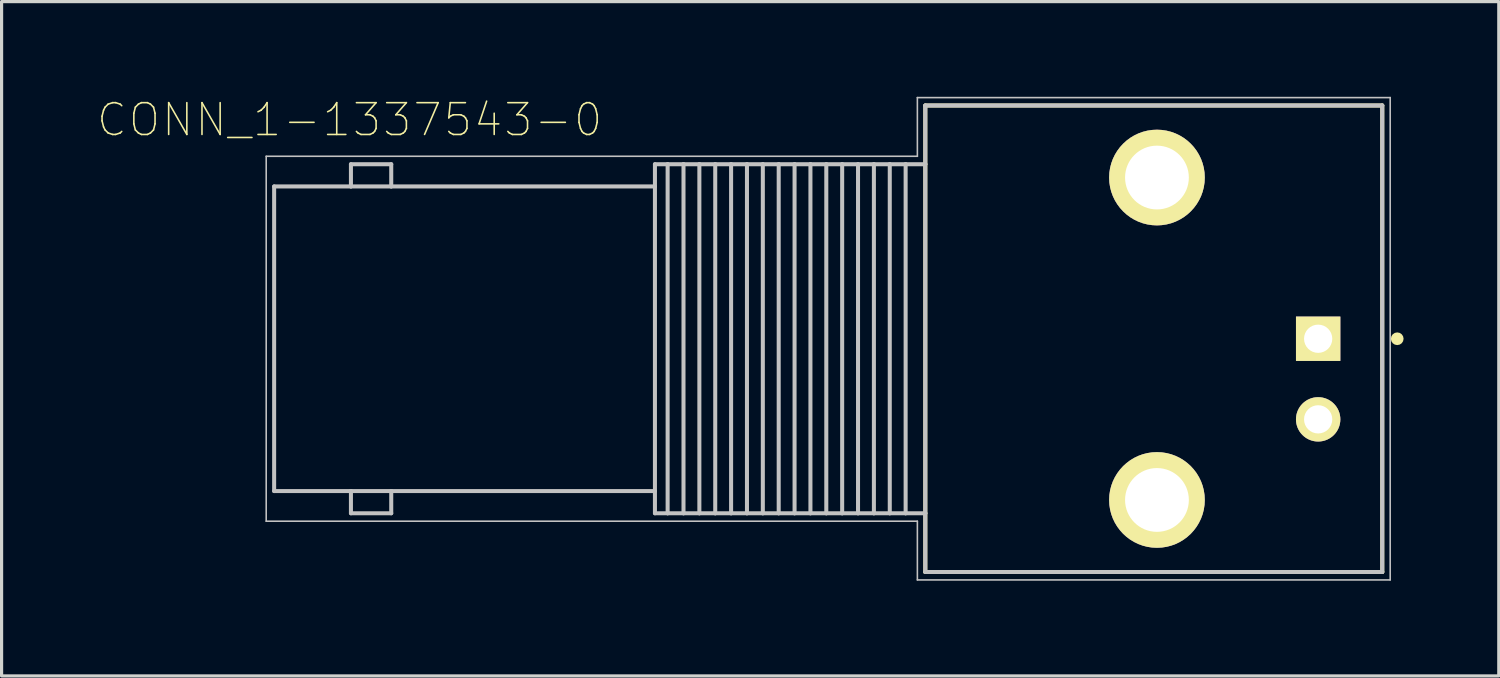
<source format=kicad_pcb>
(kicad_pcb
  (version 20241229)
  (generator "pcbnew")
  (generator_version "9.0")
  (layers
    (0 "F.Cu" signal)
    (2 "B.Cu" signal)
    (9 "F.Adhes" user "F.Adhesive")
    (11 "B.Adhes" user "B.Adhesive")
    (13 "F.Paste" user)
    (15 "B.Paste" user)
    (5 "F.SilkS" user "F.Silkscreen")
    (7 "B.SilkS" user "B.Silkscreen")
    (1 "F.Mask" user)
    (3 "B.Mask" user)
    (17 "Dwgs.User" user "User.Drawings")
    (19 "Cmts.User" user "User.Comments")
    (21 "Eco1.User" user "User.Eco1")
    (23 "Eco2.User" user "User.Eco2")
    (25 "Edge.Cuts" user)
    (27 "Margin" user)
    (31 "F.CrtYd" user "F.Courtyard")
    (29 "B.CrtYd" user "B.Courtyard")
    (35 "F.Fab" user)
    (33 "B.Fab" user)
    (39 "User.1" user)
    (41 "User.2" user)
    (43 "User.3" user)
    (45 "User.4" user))
  (footprint "CONN_1-1337543-0"
    (layer "F.Cu")
    (at 38.489 7.625)
    (property "Reference" "CONN_1-1337543-0" (at -30.522 -6.899 0) (layer "F.SilkS") (effects (font (size 1.002 1.002) (thickness 0.05))))
    (attr through_hole)
    (fp_line (start -12.38 -7.35) (end 2.02 -7.35) (stroke (width 0.127) (type solid)) (layer "F.SilkS"))
    (fp_line (start -12.38 -5.5) (end -12.38 -7.35) (stroke (width 0.127) (type solid)) (layer "F.SilkS"))
    (fp_line (start -12.38 5.5) (end -12.38 -5.5) (stroke (width 0.127) (type solid)) (layer "F.SilkS"))
    (fp_line (start -12.38 7.35) (end -12.38 5.5) (stroke (width 0.127) (type solid)) (layer "F.SilkS"))
    (fp_line (start 2.02 -7.35) (end 2.02 7.35) (stroke (width 0.127) (type solid)) (layer "F.SilkS"))
    (fp_line (start 2.02 7.35) (end -12.38 7.35) (stroke (width 0.127) (type solid)) (layer "F.SilkS"))
    (fp_circle (center 2.492 0) (end 2.592 0) (stroke (width 0.2) (type solid)) (fill no) (layer "F.SilkS"))
    (fp_line (start -33.15 -5.75) (end -12.63 -5.75) (stroke (width 0.05) (type solid)) (layer "Dwgs.User"))
    (fp_line (start -33.15 5.75) (end -33.15 -5.75) (stroke (width 0.05) (type solid)) (layer "Dwgs.User"))
    (fp_line (start -32.9 -4.8) (end -32.9 4.8) (stroke (width 0.127) (type solid)) (layer "Dwgs.User"))
    (fp_line (start -32.9 4.8) (end -30.48 4.8) (stroke (width 0.127) (type solid)) (layer "Dwgs.User"))
    (fp_line (start -30.48 -5.5) (end -30.48 -4.8) (stroke (width 0.127) (type solid)) (layer "Dwgs.User"))
    (fp_line (start -30.48 -5.5) (end -29.21 -5.5) (stroke (width 0.127) (type solid)) (layer "Dwgs.User"))
    (fp_line (start -30.48 -4.8) (end -32.9 -4.8) (stroke (width 0.127) (type solid)) (layer "Dwgs.User"))
    (fp_line (start -30.48 4.8) (end -30.48 5.5) (stroke (width 0.127) (type solid)) (layer "Dwgs.User"))
    (fp_line (start -30.48 4.8) (end -29.21 4.8) (stroke (width 0.127) (type solid)) (layer "Dwgs.User"))
    (fp_line (start -30.48 5.5) (end -29.21 5.5) (stroke (width 0.127) (type solid)) (layer "Dwgs.User"))
    (fp_line (start -29.21 -5.5) (end -29.21 -4.8) (stroke (width 0.127) (type solid)) (layer "Dwgs.User"))
    (fp_line (start -29.21 -4.8) (end -30.48 -4.8) (stroke (width 0.127) (type solid)) (layer "Dwgs.User"))
    (fp_line (start -29.21 4.8) (end -20.9 4.8) (stroke (width 0.127) (type solid)) (layer "Dwgs.User"))
    (fp_line (start -29.21 5.5) (end -29.21 4.8) (stroke (width 0.127) (type solid)) (layer "Dwgs.User"))
    (fp_line (start -20.9 -5.5) (end -20.9 5.5) (stroke (width 0.127) (type solid)) (layer "Dwgs.User"))
    (fp_line (start -20.9 -4.8) (end -29.21 -4.8) (stroke (width 0.127) (type solid)) (layer "Dwgs.User"))
    (fp_line (start -20.9 5.5) (end -20.5 5.5) (stroke (width 0.127) (type solid)) (layer "Dwgs.User"))
    (fp_line (start -20.5 -5.5) (end -20.9 -5.5) (stroke (width 0.127) (type solid)) (layer "Dwgs.User"))
    (fp_line (start -20.5 -5.5) (end -20.5 5.5) (stroke (width 0.127) (type solid)) (layer "Dwgs.User"))
    (fp_line (start -20.5 5.5) (end -20 5.5) (stroke (width 0.127) (type solid)) (layer "Dwgs.User"))
    (fp_line (start -20 -5.5) (end -20.5 -5.5) (stroke (width 0.127) (type solid)) (layer "Dwgs.User"))
    (fp_line (start -20 -5.5) (end -20 5.5) (stroke (width 0.127) (type solid)) (layer "Dwgs.User"))
    (fp_line (start -20 5.5) (end -19.5 5.5) (stroke (width 0.127) (type solid)) (layer "Dwgs.User"))
    (fp_line (start -19.5 -5.5) (end -20 -5.5) (stroke (width 0.127) (type solid)) (layer "Dwgs.User"))
    (fp_line (start -19.5 -5.5) (end -19.5 5.5) (stroke (width 0.127) (type solid)) (layer "Dwgs.User"))
    (fp_line (start -19.5 5.5) (end -19 5.5) (stroke (width 0.127) (type solid)) (layer "Dwgs.User"))
    (fp_line (start -19 -5.5) (end -19.5 -5.5) (stroke (width 0.127) (type solid)) (layer "Dwgs.User"))
    (fp_line (start -19 -5.5) (end -19 5.5) (stroke (width 0.127) (type solid)) (layer "Dwgs.User"))
    (fp_line (start -19 5.5) (end -18.5 5.5) (stroke (width 0.127) (type solid)) (layer "Dwgs.User"))
    (fp_line (start -18.5 -5.5) (end -19 -5.5) (stroke (width 0.127) (type solid)) (layer "Dwgs.User"))
    (fp_line (start -18.5 -5.5) (end -18.5 5.5) (stroke (width 0.127) (type solid)) (layer "Dwgs.User"))
    (fp_line (start -18.5 5.5) (end -18 5.5) (stroke (width 0.127) (type solid)) (layer "Dwgs.User"))
    (fp_line (start -18 -5.5) (end -18.5 -5.5) (stroke (width 0.127) (type solid)) (layer "Dwgs.User"))
    (fp_line (start -18 -5.5) (end -18 5.5) (stroke (width 0.127) (type solid)) (layer "Dwgs.User"))
    (fp_line (start -18 5.5) (end -17.5 5.5) (stroke (width 0.127) (type solid)) (layer "Dwgs.User"))
    (fp_line (start -17.5 -5.5) (end -18 -5.5) (stroke (width 0.127) (type solid)) (layer "Dwgs.User"))
    (fp_line (start -17.5 -5.5) (end -17.5 5.5) (stroke (width 0.127) (type solid)) (layer "Dwgs.User"))
    (fp_line (start -17.5 5.5) (end -17 5.5) (stroke (width 0.127) (type solid)) (layer "Dwgs.User"))
    (fp_line (start -17 -5.5) (end -17.5 -5.5) (stroke (width 0.127) (type solid)) (layer "Dwgs.User"))
    (fp_line (start -17 -5.5) (end -17 5.5) (stroke (width 0.127) (type solid)) (layer "Dwgs.User"))
    (fp_line (start -17 5.5) (end -16.5 5.5) (stroke (width 0.127) (type solid)) (layer "Dwgs.User"))
    (fp_line (start -16.5 -5.5) (end -17 -5.5) (stroke (width 0.127) (type solid)) (layer "Dwgs.User"))
    (fp_line (start -16.5 -5.5) (end -16.5 5.5) (stroke (width 0.127) (type solid)) (layer "Dwgs.User"))
    (fp_line (start -16.5 5.5) (end -16 5.5) (stroke (width 0.127) (type solid)) (layer "Dwgs.User"))
    (fp_line (start -16 -5.5) (end -16.5 -5.5) (stroke (width 0.127) (type solid)) (layer "Dwgs.User"))
    (fp_line (start -16 -5.5) (end -16 5.5) (stroke (width 0.127) (type solid)) (layer "Dwgs.User"))
    (fp_line (start -16 5.5) (end -15.5 5.5) (stroke (width 0.127) (type solid)) (layer "Dwgs.User"))
    (fp_line (start -15.5 -5.5) (end -16 -5.5) (stroke (width 0.127) (type solid)) (layer "Dwgs.User"))
    (fp_line (start -15.5 -5.5) (end -15.5 5.5) (stroke (width 0.127) (type solid)) (layer "Dwgs.User"))
    (fp_line (start -15.5 5.5) (end -15 5.5) (stroke (width 0.127) (type solid)) (layer "Dwgs.User"))
    (fp_line (start -15 -5.5) (end -15.5 -5.5) (stroke (width 0.127) (type solid)) (layer "Dwgs.User"))
    (fp_line (start -15 -5.5) (end -15 5.5) (stroke (width 0.127) (type solid)) (layer "Dwgs.User"))
    (fp_line (start -15 5.5) (end -14.5 5.5) (stroke (width 0.127) (type solid)) (layer "Dwgs.User"))
    (fp_line (start -14.5 -5.5) (end -15 -5.5) (stroke (width 0.127) (type solid)) (layer "Dwgs.User"))
    (fp_line (start -14.5 -5.5) (end -14.5 5.5) (stroke (width 0.127) (type solid)) (layer "Dwgs.User"))
    (fp_line (start -14.5 5.5) (end -14 5.5) (stroke (width 0.127) (type solid)) (layer "Dwgs.User"))
    (fp_line (start -14 -5.5) (end -14.5 -5.5) (stroke (width 0.127) (type solid)) (layer "Dwgs.User"))
    (fp_line (start -14 -5.5) (end -14 5.5) (stroke (width 0.127) (type solid)) (layer "Dwgs.User"))
    (fp_line (start -14 5.5) (end -13.5 5.5) (stroke (width 0.127) (type solid)) (layer "Dwgs.User"))
    (fp_line (start -13.5 -5.5) (end -14 -5.5) (stroke (width 0.127) (type solid)) (layer "Dwgs.User"))
    (fp_line (start -13.5 -5.5) (end -13.5 5.5) (stroke (width 0.127) (type solid)) (layer "Dwgs.User"))
    (fp_line (start -13.5 5.5) (end -13 5.5) (stroke (width 0.127) (type solid)) (layer "Dwgs.User"))
    (fp_line (start -13 -5.5) (end -13.5 -5.5) (stroke (width 0.127) (type solid)) (layer "Dwgs.User"))
    (fp_line (start -13 -5.5) (end -13 5.5) (stroke (width 0.127) (type solid)) (layer "Dwgs.User"))
    (fp_line (start -13 5.5) (end -12.38 5.5) (stroke (width 0.127) (type solid)) (layer "Dwgs.User"))
    (fp_line (start -12.63 -7.6) (end 2.27 -7.6) (stroke (width 0.05) (type solid)) (layer "Dwgs.User"))
    (fp_line (start -12.63 -5.75) (end -12.63 -7.6) (stroke (width 0.05) (type solid)) (layer "Dwgs.User"))
    (fp_line (start -12.63 5.75) (end -33.15 5.75) (stroke (width 0.05) (type solid)) (layer "Dwgs.User"))
    (fp_line (start -12.63 7.6) (end -12.63 5.75) (stroke (width 0.05) (type solid)) (layer "Dwgs.User"))
    (fp_line (start -12.38 -7.35) (end 2.02 -7.35) (stroke (width 0.127) (type solid)) (layer "Dwgs.User"))
    (fp_line (start -12.38 -5.5) (end -13 -5.5) (stroke (width 0.127) (type solid)) (layer "Dwgs.User"))
    (fp_line (start -12.38 -5.5) (end -12.38 -7.35) (stroke (width 0.127) (type solid)) (layer "Dwgs.User"))
    (fp_line (start -12.38 5.5) (end -12.38 -5.5) (stroke (width 0.127) (type solid)) (layer "Dwgs.User"))
    (fp_line (start -12.38 7.35) (end -12.38 5.5) (stroke (width 0.127) (type solid)) (layer "Dwgs.User"))
    (fp_line (start 2.02 -7.35) (end 2.02 7.35) (stroke (width 0.127) (type solid)) (layer "Dwgs.User"))
    (fp_line (start 2.02 7.35) (end -12.38 7.35) (stroke (width 0.127) (type solid)) (layer "Dwgs.User"))
    (fp_line (start 2.27 -7.6) (end 2.27 7.6) (stroke (width 0.05) (type solid)) (layer "Dwgs.User"))
    (fp_line (start 2.27 7.6) (end -12.63 7.6) (stroke (width 0.05) (type solid)) (layer "Dwgs.User"))
    (pad "1" thru_hole rect (at 0 0 90) (size 1.398 1.398) (drill 0.89) (layers "*.Cu" "*.Mask" "F.SilkS"))
    (pad "2" thru_hole circle (at 0 2.54 90) (size 1.398 1.398) (drill 0.89) (layers "*.Cu" "*.Mask" "F.SilkS"))
    (pad "P1" thru_hole circle (at -5.08 5.08 90) (size 3.015 3.015) (drill 2.01) (layers "*.Cu" "*.Mask" "F.SilkS"))
    (pad "P2" thru_hole circle (at -5.08 -5.08 90) (size 3.015 3.015) (drill 2.01) (layers "*.Cu" "*.Mask" "F.SilkS")))
  (gr_rect
    (start -3 -3)
    (end 44.181 18.25)
    (stroke (width 0.1) (type default))
    (fill no)
    (layer "Edge.Cuts")))
</source>
